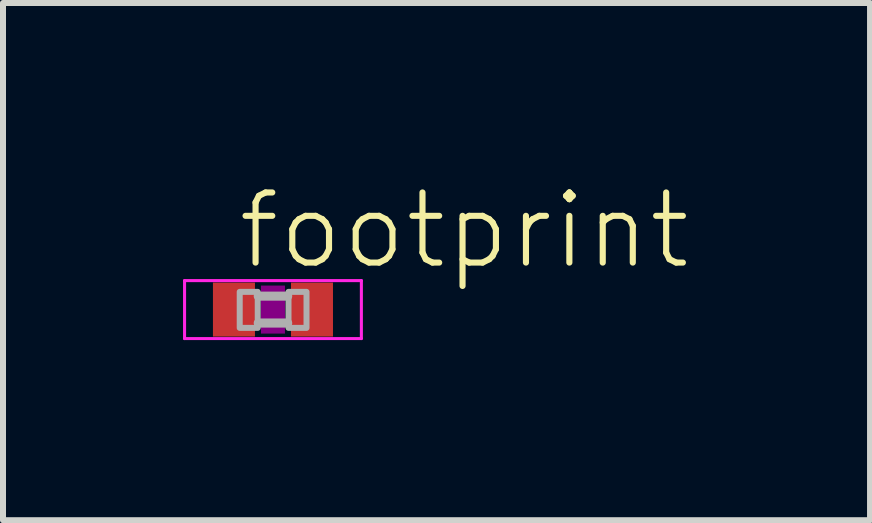
<source format=kicad_pcb>
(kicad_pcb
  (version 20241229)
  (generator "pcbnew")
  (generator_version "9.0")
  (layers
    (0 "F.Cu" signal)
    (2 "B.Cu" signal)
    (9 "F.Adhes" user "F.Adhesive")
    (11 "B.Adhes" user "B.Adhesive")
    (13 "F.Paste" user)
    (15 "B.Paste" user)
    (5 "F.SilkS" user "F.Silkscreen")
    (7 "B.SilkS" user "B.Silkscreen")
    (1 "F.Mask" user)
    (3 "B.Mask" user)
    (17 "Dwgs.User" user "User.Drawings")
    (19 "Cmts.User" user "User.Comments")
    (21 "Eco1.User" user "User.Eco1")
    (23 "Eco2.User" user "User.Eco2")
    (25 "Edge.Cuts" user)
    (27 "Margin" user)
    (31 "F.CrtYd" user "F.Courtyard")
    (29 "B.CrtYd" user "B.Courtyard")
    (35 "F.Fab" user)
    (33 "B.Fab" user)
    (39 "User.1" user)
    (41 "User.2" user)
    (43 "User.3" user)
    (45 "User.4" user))
  (footprint "footprint"
    (layer "F.Cu")
    (at 1.498 2.108)
    (property "Reference" "footprint" (at -0.635 -0.635 0) (layer "F.SilkS") (effects (font (size 1.168 1.168) (thickness 0.102)) (justify left bottom)))
    (fp_poly (pts (xy -0.2 0.4) (xy 0.2 0.4) (xy 0.2 -0.4) (xy -0.2 -0.4)) (stroke (width 0) (type solid)) (fill yes) (layer "F.Adhes"))
    (fp_line (start -1.473 -0.483) (end 1.473 -0.483) (stroke (width 0.051) (type solid)) (layer "F.CrtYd"))
    (fp_line (start -1.473 0.483) (end -1.473 -0.483) (stroke (width 0.051) (type solid)) (layer "F.CrtYd"))
    (fp_line (start 1.473 -0.483) (end 1.473 0.483) (stroke (width 0.051) (type solid)) (layer "F.CrtYd"))
    (fp_line (start 1.473 0.483) (end -1.473 0.483) (stroke (width 0.051) (type solid)) (layer "F.CrtYd"))
    (fp_line (start -0.245 -0.224) (end 0.245 -0.224) (stroke (width 0.152) (type solid)) (layer "F.Fab"))
    (fp_line (start 0.245 0.224) (end -0.245 0.224) (stroke (width 0.152) (type solid)) (layer "F.Fab"))
    (fp_poly (pts (xy -0.554 0.305) (xy -0.254 0.305) (xy -0.254 -0.295) (xy -0.554 -0.295)) (stroke (width 0.1) (type solid)) (fill no) (layer "F.Fab"))
    (fp_poly (pts (xy 0.259 0.305) (xy 0.559 0.305) (xy 0.559 -0.295) (xy 0.259 -0.295)) (stroke (width 0.1) (type solid)) (fill no) (layer "F.Fab"))
    (pad "1" smd rect (at -0.65 0) (size 0.7 0.9) (layers "F.Cu" "F.Mask" "F.Paste"))
    (pad "2" smd rect (at 0.65 0) (size 0.7 0.9) (layers "F.Cu" "F.Mask" "F.Paste")))
  (gr_rect
    (start -3 -3)
    (end 11.446 5.617)
    (stroke (width 0.1) (type default))
    (fill no)
    (layer "Edge.Cuts")))
</source>
